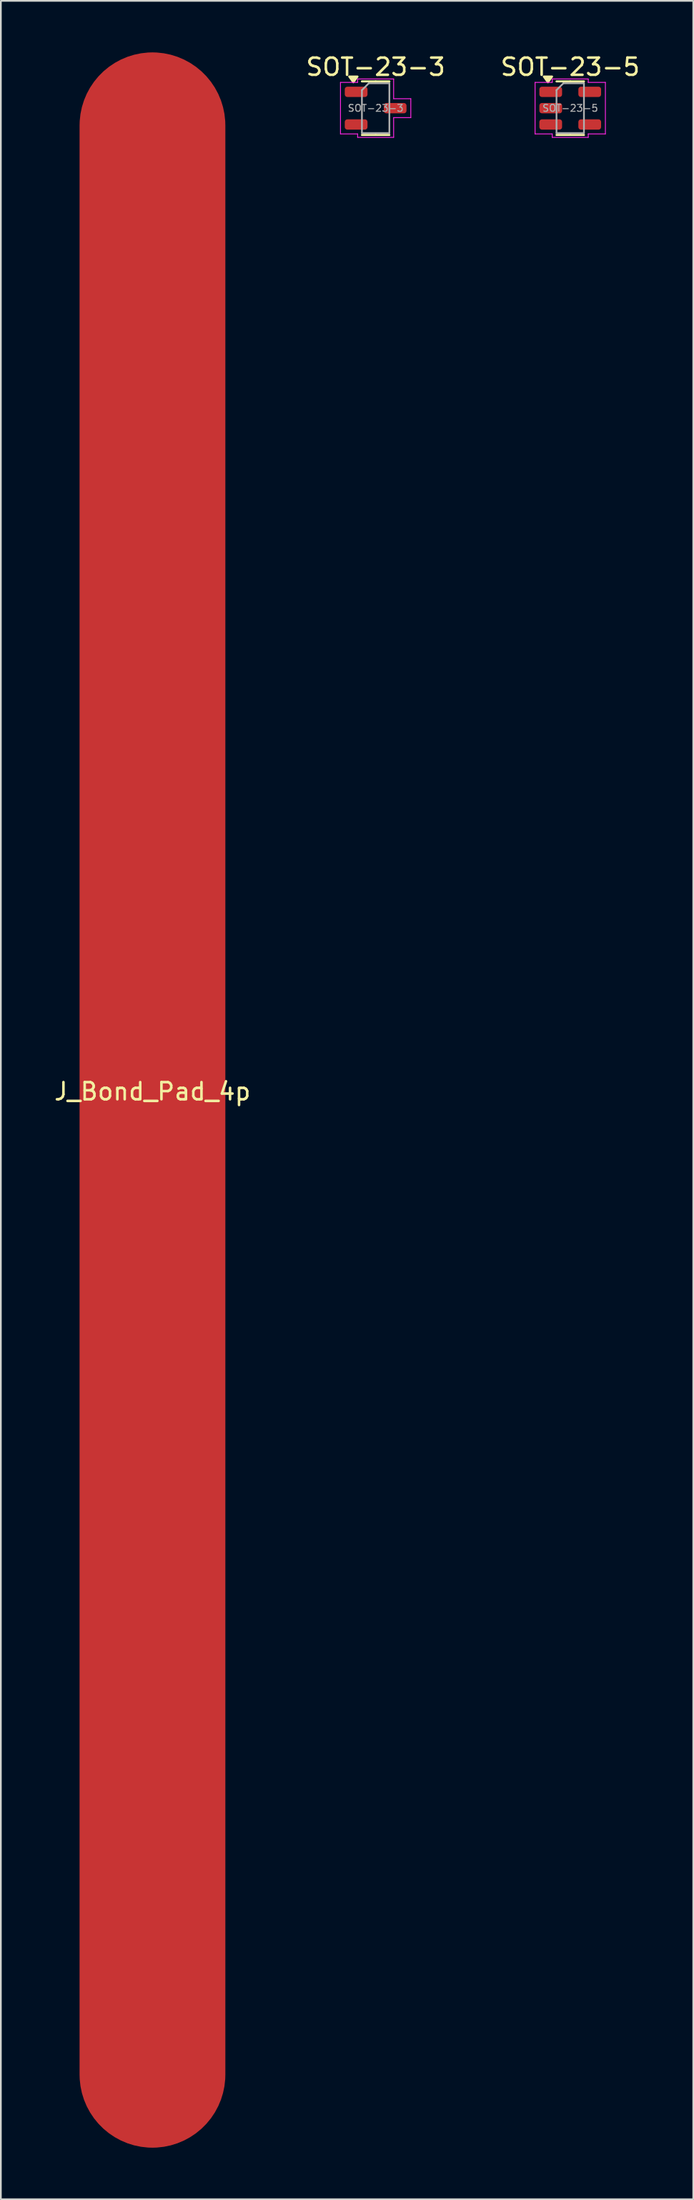
<source format=kicad_pcb>
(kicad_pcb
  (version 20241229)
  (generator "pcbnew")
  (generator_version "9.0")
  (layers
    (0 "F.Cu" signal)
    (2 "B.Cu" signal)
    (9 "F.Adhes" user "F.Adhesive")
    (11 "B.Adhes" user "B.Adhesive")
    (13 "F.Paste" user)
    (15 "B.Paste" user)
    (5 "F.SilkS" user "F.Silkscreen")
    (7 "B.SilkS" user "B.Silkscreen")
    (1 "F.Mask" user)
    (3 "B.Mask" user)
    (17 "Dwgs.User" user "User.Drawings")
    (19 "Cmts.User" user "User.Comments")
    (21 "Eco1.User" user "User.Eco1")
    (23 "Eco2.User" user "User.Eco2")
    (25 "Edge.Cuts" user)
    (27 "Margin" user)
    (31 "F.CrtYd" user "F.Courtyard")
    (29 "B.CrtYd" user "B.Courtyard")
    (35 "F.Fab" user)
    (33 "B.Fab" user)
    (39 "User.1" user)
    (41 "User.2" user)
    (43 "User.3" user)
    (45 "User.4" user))
  (footprint "J_Bond_Pad_4p"
    (layer "F.Cu")
    (at 5.839 61)
    (property "Reference" "J_Bond_Pad_4p" (at 0 -0.5 0) (unlocked yes) (layer "F.SilkS") (effects (font (size 1 1) (thickness 0.15))))
    (attr smd exclude_from_pos_files exclude_from_bom)
    (pad "1" smd roundrect (at 0 0) (size 8.5 122) (layers "F.Cu" "F.Mask") (roundrect_rratio 0.5) (chamfer_ratio 0.2) (chamfer)))
  (footprint "SOT-23-3"
    (layer "F.Cu")
    (at 18.851 3.248)
    (property "Reference" "SOT-23-3" (at 0 -2.4 0) (layer "F.SilkS") (effects (font (size 1 1) (thickness 0.15))))
    (attr smd)
    (fp_line (start 0 -1.56) (end -0.8 -1.56) (stroke (width 0.12) (type solid)) (layer "F.SilkS"))
    (fp_line (start 0 -1.56) (end 0.8 -1.56) (stroke (width 0.12) (type solid)) (layer "F.SilkS"))
    (fp_line (start 0 1.56) (end -0.8 1.56) (stroke (width 0.12) (type solid)) (layer "F.SilkS"))
    (fp_line (start 0 1.56) (end 0.8 1.56) (stroke (width 0.12) (type solid)) (layer "F.SilkS"))
    (fp_poly (pts (xy -1.3 -1.51) (xy -1.54 -1.84) (xy -1.06 -1.84)) (stroke (width 0.12) (type solid)) (fill yes) (layer "F.SilkS"))
    (fp_line (start -2.05 -1.5) (end -1.05 -1.5) (stroke (width 0.05) (type solid)) (layer "F.CrtYd"))
    (fp_line (start -2.05 1.5) (end -2.05 -1.5) (stroke (width 0.05) (type solid)) (layer "F.CrtYd"))
    (fp_line (start -1.05 -1.7) (end 1.05 -1.7) (stroke (width 0.05) (type solid)) (layer "F.CrtYd"))
    (fp_line (start -1.05 -1.5) (end -1.05 -1.7) (stroke (width 0.05) (type solid)) (layer "F.CrtYd"))
    (fp_line (start -1.05 1.5) (end -2.05 1.5) (stroke (width 0.05) (type solid)) (layer "F.CrtYd"))
    (fp_line (start -1.05 1.7) (end -1.05 1.5) (stroke (width 0.05) (type solid)) (layer "F.CrtYd"))
    (fp_line (start 1.05 -1.7) (end 1.05 -0.55) (stroke (width 0.05) (type solid)) (layer "F.CrtYd"))
    (fp_line (start 1.05 -0.55) (end 2.05 -0.55) (stroke (width 0.05) (type solid)) (layer "F.CrtYd"))
    (fp_line (start 1.05 0.55) (end 1.05 1.7) (stroke (width 0.05) (type solid)) (layer "F.CrtYd"))
    (fp_line (start 1.05 1.7) (end -1.05 1.7) (stroke (width 0.05) (type solid)) (layer "F.CrtYd"))
    (fp_line (start 2.05 -0.55) (end 2.05 0.55) (stroke (width 0.05) (type solid)) (layer "F.CrtYd"))
    (fp_line (start 2.05 0.55) (end 1.05 0.55) (stroke (width 0.05) (type solid)) (layer "F.CrtYd"))
    (fp_line (start -0.8 -1.05) (end -0.4 -1.45) (stroke (width 0.1) (type solid)) (layer "F.Fab"))
    (fp_line (start -0.8 1.45) (end -0.8 -1.05) (stroke (width 0.1) (type solid)) (layer "F.Fab"))
    (fp_line (start -0.4 -1.45) (end 0.8 -1.45) (stroke (width 0.1) (type solid)) (layer "F.Fab"))
    (fp_line (start 0.8 -1.45) (end 0.8 1.45) (stroke (width 0.1) (type solid)) (layer "F.Fab"))
    (fp_line (start 0.8 1.45) (end -0.8 1.45) (stroke (width 0.1) (type solid)) (layer "F.Fab"))
    (fp_text user "${REFERENCE}" (at 0 0 0) (layer "F.Fab") (effects (font (size 0.4 0.4) (thickness 0.06))))
    (pad "1" smd roundrect (at -1.137 -0.95) (size 1.325 0.6) (layers "F.Cu" "F.Mask" "F.Paste") (roundrect_rratio 0.25))
    (pad "2" smd roundrect (at -1.137 0.95) (size 1.325 0.6) (layers "F.Cu" "F.Mask" "F.Paste") (roundrect_rratio 0.25))
    (pad "3" smd roundrect (at 1.137 0) (size 1.325 0.6) (layers "F.Cu" "F.Mask" "F.Paste") (roundrect_rratio 0.25)))
  (footprint "SOT-23-5"
    (layer "F.Cu")
    (at 30.196 3.248)
    (property "Reference" "SOT-23-5" (at 0 -2.4 0) (layer "F.SilkS") (effects (font (size 1 1) (thickness 0.15))))
    (attr smd)
    (fp_line (start 0 -1.56) (end -0.8 -1.56) (stroke (width 0.12) (type solid)) (layer "F.SilkS"))
    (fp_line (start 0 -1.56) (end 0.8 -1.56) (stroke (width 0.12) (type solid)) (layer "F.SilkS"))
    (fp_line (start 0 1.56) (end -0.8 1.56) (stroke (width 0.12) (type solid)) (layer "F.SilkS"))
    (fp_line (start 0 1.56) (end 0.8 1.56) (stroke (width 0.12) (type solid)) (layer "F.SilkS"))
    (fp_poly (pts (xy -1.3 -1.51) (xy -1.54 -1.84) (xy -1.06 -1.84)) (stroke (width 0.12) (type solid)) (fill yes) (layer "F.SilkS"))
    (fp_line (start -2.05 -1.5) (end -1.05 -1.5) (stroke (width 0.05) (type solid)) (layer "F.CrtYd"))
    (fp_line (start -2.05 1.5) (end -2.05 -1.5) (stroke (width 0.05) (type solid)) (layer "F.CrtYd"))
    (fp_line (start -1.05 -1.7) (end 1.05 -1.7) (stroke (width 0.05) (type solid)) (layer "F.CrtYd"))
    (fp_line (start -1.05 -1.5) (end -1.05 -1.7) (stroke (width 0.05) (type solid)) (layer "F.CrtYd"))
    (fp_line (start -1.05 1.5) (end -2.05 1.5) (stroke (width 0.05) (type solid)) (layer "F.CrtYd"))
    (fp_line (start -1.05 1.7) (end -1.05 1.5) (stroke (width 0.05) (type solid)) (layer "F.CrtYd"))
    (fp_line (start 1.05 -1.7) (end 1.05 -1.5) (stroke (width 0.05) (type solid)) (layer "F.CrtYd"))
    (fp_line (start 1.05 -1.5) (end 2.05 -1.5) (stroke (width 0.05) (type solid)) (layer "F.CrtYd"))
    (fp_line (start 1.05 1.5) (end 1.05 1.7) (stroke (width 0.05) (type solid)) (layer "F.CrtYd"))
    (fp_line (start 1.05 1.7) (end -1.05 1.7) (stroke (width 0.05) (type solid)) (layer "F.CrtYd"))
    (fp_line (start 2.05 -1.5) (end 2.05 1.5) (stroke (width 0.05) (type solid)) (layer "F.CrtYd"))
    (fp_line (start 2.05 1.5) (end 1.05 1.5) (stroke (width 0.05) (type solid)) (layer "F.CrtYd"))
    (fp_line (start -0.8 -1.05) (end -0.4 -1.45) (stroke (width 0.1) (type solid)) (layer "F.Fab"))
    (fp_line (start -0.8 1.45) (end -0.8 -1.05) (stroke (width 0.1) (type solid)) (layer "F.Fab"))
    (fp_line (start -0.4 -1.45) (end 0.8 -1.45) (stroke (width 0.1) (type solid)) (layer "F.Fab"))
    (fp_line (start 0.8 -1.45) (end 0.8 1.45) (stroke (width 0.1) (type solid)) (layer "F.Fab"))
    (fp_line (start 0.8 1.45) (end -0.8 1.45) (stroke (width 0.1) (type solid)) (layer "F.Fab"))
    (fp_text user "${REFERENCE}" (at 0 0 0) (layer "F.Fab") (effects (font (size 0.4 0.4) (thickness 0.06))))
    (pad "1" smd roundrect (at -1.137 -0.95) (size 1.325 0.6) (layers "F.Cu" "F.Mask" "F.Paste") (roundrect_rratio 0.25))
    (pad "2" smd roundrect (at -1.137 0) (size 1.325 0.6) (layers "F.Cu" "F.Mask" "F.Paste") (roundrect_rratio 0.25))
    (pad "3" smd roundrect (at -1.137 0.95) (size 1.325 0.6) (layers "F.Cu" "F.Mask" "F.Paste") (roundrect_rratio 0.25))
    (pad "4" smd roundrect (at 1.137 0.95) (size 1.325 0.6) (layers "F.Cu" "F.Mask" "F.Paste") (roundrect_rratio 0.25))
    (pad "5" smd roundrect (at 1.137 -0.95) (size 1.325 0.6) (layers "F.Cu" "F.Mask" "F.Paste") (roundrect_rratio 0.25)))
  (gr_rect
    (start -3 -3)
    (end 37.369 125)
    (stroke (width 0.1) (type default))
    (fill no)
    (layer "Edge.Cuts")))
</source>
